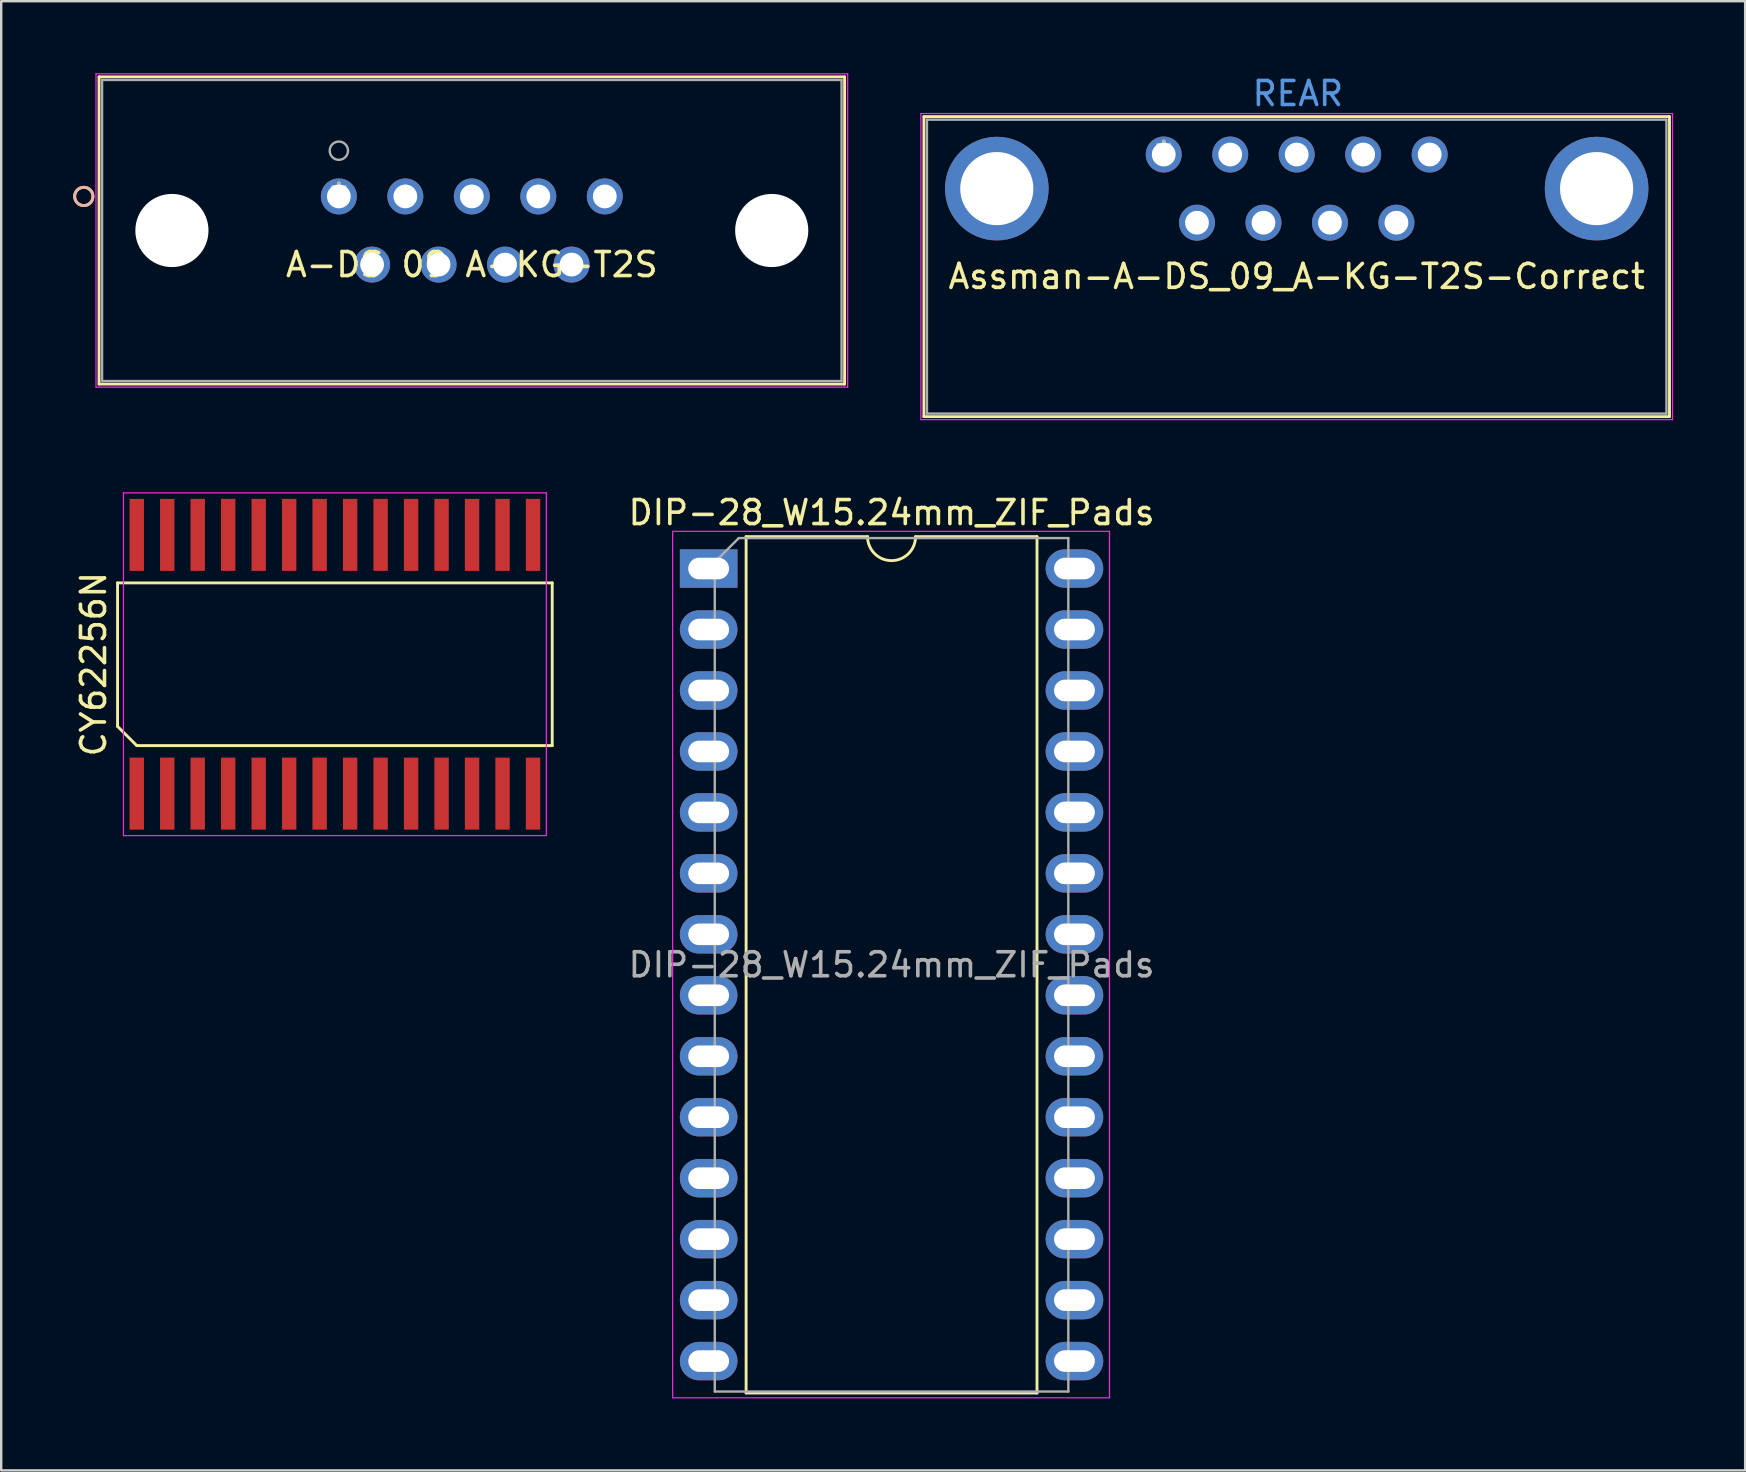
<source format=kicad_pcb>
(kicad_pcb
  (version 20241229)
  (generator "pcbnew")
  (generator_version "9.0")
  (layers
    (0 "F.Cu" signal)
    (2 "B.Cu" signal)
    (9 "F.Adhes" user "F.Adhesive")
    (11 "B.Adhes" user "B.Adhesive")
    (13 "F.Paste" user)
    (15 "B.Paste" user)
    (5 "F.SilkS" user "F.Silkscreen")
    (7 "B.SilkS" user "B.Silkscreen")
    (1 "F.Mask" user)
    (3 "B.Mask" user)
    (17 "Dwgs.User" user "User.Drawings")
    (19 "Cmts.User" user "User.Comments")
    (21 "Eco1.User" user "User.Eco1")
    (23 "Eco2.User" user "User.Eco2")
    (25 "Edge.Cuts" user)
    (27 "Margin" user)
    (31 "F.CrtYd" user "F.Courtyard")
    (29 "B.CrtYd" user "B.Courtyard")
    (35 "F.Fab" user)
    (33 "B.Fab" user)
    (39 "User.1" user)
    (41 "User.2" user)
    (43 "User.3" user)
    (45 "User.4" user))
  (footprint "DIP-28_W15.24mm_ZIF_Pads"
    (layer "F.Cu")
    (at 26.476 20.638)
    (property "Reference" "DIP-28_W15.24mm_ZIF_Pads" (at 7.62 -2.33 0) (layer "F.SilkS") (effects (font (size 1 1) (thickness 0.15))))
    (attr through_hole)
    (fp_line (start 1.56 -1.33) (end 1.56 34.35) (stroke (width 0.12) (type solid)) (layer "F.SilkS"))
    (fp_line (start 1.56 34.35) (end 13.68 34.35) (stroke (width 0.12) (type solid)) (layer "F.SilkS"))
    (fp_line (start 6.62 -1.33) (end 1.56 -1.33) (stroke (width 0.12) (type solid)) (layer "F.SilkS"))
    (fp_line (start 13.68 -1.33) (end 8.62 -1.33) (stroke (width 0.12) (type solid)) (layer "F.SilkS"))
    (fp_line (start 13.68 34.35) (end 13.68 -1.33) (stroke (width 0.12) (type solid)) (layer "F.SilkS"))
    (fp_arc (start 8.62 -1.33) (mid 7.62 -0.33) (end 6.62 -1.33) (stroke (width 0.12) (type solid)) (layer "F.SilkS"))
    (fp_line (start -1.5 -1.55) (end -1.5 34.55) (stroke (width 0.05) (type solid)) (layer "F.CrtYd"))
    (fp_line (start -1.5 34.55) (end 16.7 34.55) (stroke (width 0.05) (type solid)) (layer "F.CrtYd"))
    (fp_line (start 16.7 -1.55) (end -1.5 -1.55) (stroke (width 0.05) (type solid)) (layer "F.CrtYd"))
    (fp_line (start 16.7 34.55) (end 16.7 -1.55) (stroke (width 0.05) (type solid)) (layer "F.CrtYd"))
    (fp_line (start 0.255 -0.27) (end 1.255 -1.27) (stroke (width 0.1) (type solid)) (layer "F.Fab"))
    (fp_line (start 0.255 34.29) (end 0.255 -0.27) (stroke (width 0.1) (type solid)) (layer "F.Fab"))
    (fp_line (start 1.255 -1.27) (end 14.985 -1.27) (stroke (width 0.1) (type solid)) (layer "F.Fab"))
    (fp_line (start 14.985 -1.27) (end 14.985 34.29) (stroke (width 0.1) (type solid)) (layer "F.Fab"))
    (fp_line (start 14.985 34.29) (end 0.255 34.29) (stroke (width 0.1) (type solid)) (layer "F.Fab"))
    (fp_text user "${REFERENCE}" (at 7.62 16.51 0) (layer "F.Fab") (effects (font (size 1 1) (thickness 0.15))))
    (pad "1" thru_hole rect (at 0 0) (size 2.4 1.6) (drill oval 1.7 0.9) (layers "*.Cu" "*.Mask"))
    (pad "2" thru_hole oval (at 0 2.54) (size 2.4 1.6) (drill oval 1.7 0.9) (layers "*.Cu" "*.Mask"))
    (pad "3" thru_hole oval (at 0 5.08) (size 2.4 1.6) (drill oval 1.7 0.9) (layers "*.Cu" "*.Mask"))
    (pad "4" thru_hole oval (at 0 7.62) (size 2.4 1.6) (drill oval 1.7 0.9) (layers "*.Cu" "*.Mask"))
    (pad "5" thru_hole oval (at 0 10.16) (size 2.4 1.6) (drill oval 1.7 0.9) (layers "*.Cu" "*.Mask"))
    (pad "6" thru_hole oval (at 0 12.7) (size 2.4 1.6) (drill oval 1.7 0.9) (layers "*.Cu" "*.Mask"))
    (pad "7" thru_hole oval (at 0 15.24) (size 2.4 1.6) (drill oval 1.7 0.9) (layers "*.Cu" "*.Mask"))
    (pad "8" thru_hole oval (at 0 17.78) (size 2.4 1.6) (drill oval 1.7 0.9) (layers "*.Cu" "*.Mask"))
    (pad "9" thru_hole oval (at 0 20.32) (size 2.4 1.6) (drill oval 1.7 0.9) (layers "*.Cu" "*.Mask"))
    (pad "10" thru_hole oval (at 0 22.86) (size 2.4 1.6) (drill oval 1.7 0.9) (layers "*.Cu" "*.Mask"))
    (pad "11" thru_hole oval (at 0 25.4) (size 2.4 1.6) (drill oval 1.7 0.9) (layers "*.Cu" "*.Mask"))
    (pad "12" thru_hole oval (at 0 27.94) (size 2.4 1.6) (drill oval 1.7 0.9) (layers "*.Cu" "*.Mask"))
    (pad "13" thru_hole oval (at 0 30.48) (size 2.4 1.6) (drill oval 1.7 0.9) (layers "*.Cu" "*.Mask"))
    (pad "14" thru_hole oval (at 0 33.02) (size 2.4 1.6) (drill oval 1.7 0.9) (layers "*.Cu" "*.Mask"))
    (pad "15" thru_hole oval (at 15.24 33.02) (size 2.4 1.6) (drill oval 1.7 0.9) (layers "*.Cu" "*.Mask"))
    (pad "16" thru_hole oval (at 15.24 30.48) (size 2.4 1.6) (drill oval 1.7 0.9) (layers "*.Cu" "*.Mask"))
    (pad "17" thru_hole oval (at 15.24 27.94) (size 2.4 1.6) (drill oval 1.7 0.9) (layers "*.Cu" "*.Mask"))
    (pad "18" thru_hole oval (at 15.24 25.4) (size 2.4 1.6) (drill oval 1.7 0.9) (layers "*.Cu" "*.Mask"))
    (pad "19" thru_hole oval (at 15.24 22.86) (size 2.4 1.6) (drill oval 1.7 0.9) (layers "*.Cu" "*.Mask"))
    (pad "20" thru_hole oval (at 15.24 20.32) (size 2.4 1.6) (drill oval 1.7 0.9) (layers "*.Cu" "*.Mask"))
    (pad "21" thru_hole oval (at 15.24 17.78) (size 2.4 1.6) (drill oval 1.7 0.9) (layers "*.Cu" "*.Mask"))
    (pad "22" thru_hole oval (at 15.24 15.24) (size 2.4 1.6) (drill oval 1.7 0.9) (layers "*.Cu" "*.Mask"))
    (pad "23" thru_hole oval (at 15.24 12.7) (size 2.4 1.6) (drill oval 1.7 0.9) (layers "*.Cu" "*.Mask"))
    (pad "24" thru_hole oval (at 15.24 10.16) (size 2.4 1.6) (drill oval 1.7 0.9) (layers "*.Cu" "*.Mask"))
    (pad "25" thru_hole oval (at 15.24 7.62) (size 2.4 1.6) (drill oval 1.7 0.9) (layers "*.Cu" "*.Mask"))
    (pad "26" thru_hole oval (at 15.24 5.08) (size 2.4 1.6) (drill oval 1.7 0.9) (layers "*.Cu" "*.Mask"))
    (pad "27" thru_hole oval (at 15.24 2.54) (size 2.4 1.6) (drill oval 1.7 0.9) (layers "*.Cu" "*.Mask"))
    (pad "28" thru_hole oval (at 15.24 0) (size 2.4 1.6) (drill oval 1.7 0.9) (layers "*.Cu" "*.Mask")))
  (footprint "Assman-A-DS_09_A-KG-T2S-Correct"
    (layer "F.Cu")
    (at 45.436 3.388)
    (property "Reference" "Assman-A-DS_09_A-KG-T2S-Correct" (at 5.54 5.08 0) (layer "F.SilkS") (effects (font (size 1 1) (thickness 0.15))))
    (attr through_hole)
    (fp_line (start -9.992 -1.58) (end -9.992 10.92) (stroke (width 0.12) (type solid)) (layer "F.SilkS"))
    (fp_line (start -9.992 10.92) (end 21.072 10.92) (stroke (width 0.12) (type solid)) (layer "F.SilkS"))
    (fp_line (start 21.072 -1.58) (end -9.992 -1.58) (stroke (width 0.12) (type solid)) (layer "F.SilkS"))
    (fp_line (start 21.072 10.92) (end 21.072 -1.58) (stroke (width 0.12) (type solid)) (layer "F.SilkS"))
    (fp_line (start -10.119 -1.707) (end -10.119 11.047) (stroke (width 0.05) (type solid)) (layer "F.CrtYd"))
    (fp_line (start -10.119 11.047) (end 21.199 11.047) (stroke (width 0.05) (type solid)) (layer "F.CrtYd"))
    (fp_line (start 21.199 -1.707) (end -10.119 -1.707) (stroke (width 0.05) (type solid)) (layer "F.CrtYd"))
    (fp_line (start 21.199 11.047) (end 21.199 -1.707) (stroke (width 0.05) (type solid)) (layer "F.CrtYd"))
    (fp_line (start -9.865 -1.453) (end -9.865 10.793) (stroke (width 0.1) (type solid)) (layer "F.Fab"))
    (fp_line (start -9.865 10.793) (end 20.945 10.793) (stroke (width 0.1) (type solid)) (layer "F.Fab"))
    (fp_line (start 20.945 -1.453) (end -9.865 -1.453) (stroke (width 0.1) (type solid)) (layer "F.Fab"))
    (fp_line (start 20.945 10.793) (end 20.945 -1.453) (stroke (width 0.1) (type solid)) (layer "F.Fab"))
    (fp_circle (center 0 0) (end 0.381 0) (stroke (width 0.1) (type solid)) (fill no) (layer "F.Fab"))
    (fp_text user "*" (at 0 0 0) (layer "F.SilkS") (effects (font (size 1 1) (thickness 0.15))))
    (fp_text user "REAR" (at 5.588 -2.54 0) (unlocked yes) (layer "Cmts.User") (effects (font (size 1 1) (thickness 0.15))))
    (fp_text user "*" (at 0 0 0) (layer "F.Fab") (effects (font (size 1 1) (thickness 0.15))))
    (pad "" np_thru_hole circle (at -6.955 1.42) (size 4.318 4.318) (drill 3.048) (layers "*.Cu" "*.Mask"))
    (pad "" np_thru_hole circle (at 18.035 1.42) (size 4.318 4.318) (drill 3.048) (layers "*.Cu" "*.Mask"))
    (pad "1" thru_hole circle (at 0 0) (size 1.499 1.499) (drill 0.991) (layers "*.Cu" "*.Mask"))
    (pad "2" thru_hole circle (at 2.77 0) (size 1.499 1.499) (drill 0.991) (layers "*.Cu" "*.Mask"))
    (pad "3" thru_hole circle (at 5.54 0) (size 1.499 1.499) (drill 0.991) (layers "*.Cu" "*.Mask"))
    (pad "4" thru_hole circle (at 8.31 0) (size 1.499 1.499) (drill 0.991) (layers "*.Cu" "*.Mask"))
    (pad "5" thru_hole circle (at 11.08 0) (size 1.499 1.499) (drill 0.991) (layers "*.Cu" "*.Mask"))
    (pad "6" thru_hole circle (at 1.385 2.84) (size 1.499 1.499) (drill 0.991) (layers "*.Cu" "*.Mask"))
    (pad "7" thru_hole circle (at 4.155 2.84) (size 1.499 1.499) (drill 0.991) (layers "*.Cu" "*.Mask"))
    (pad "8" thru_hole circle (at 6.925 2.84) (size 1.499 1.499) (drill 0.991) (layers "*.Cu" "*.Mask"))
    (pad "9" thru_hole circle (at 9.695 2.84) (size 1.499 1.499) (drill 0.991) (layers "*.Cu" "*.Mask")))
  (footprint "A-DS 09 A-KG-T2S"
    (layer "F.Cu")
    (at 11.068 5.134)
    (property "Reference" "A-DS 09 A-KG-T2S" (at 5.54 2.84 0) (layer "F.SilkS") (effects (font (size 1 1) (thickness 0.15))))
    (attr through_hole)
    (fp_line (start -9.992 -4.982) (end -9.992 7.82) (stroke (width 0.12) (type solid)) (layer "F.SilkS"))
    (fp_line (start -9.992 7.82) (end 21.072 7.82) (stroke (width 0.12) (type solid)) (layer "F.SilkS"))
    (fp_line (start 21.072 -4.982) (end -9.992 -4.982) (stroke (width 0.12) (type solid)) (layer "F.SilkS"))
    (fp_line (start 21.072 7.82) (end 21.072 -4.982) (stroke (width 0.12) (type solid)) (layer "F.SilkS"))
    (fp_circle (center -10.627 0) (end -10.246 0) (stroke (width 0.12) (type solid)) (fill no) (layer "F.SilkS"))
    (fp_circle (center -10.627 0) (end -10.246 0) (stroke (width 0.12) (type solid)) (fill no) (layer "B.SilkS"))
    (fp_line (start -10.119 -5.109) (end -10.119 7.947) (stroke (width 0.05) (type solid)) (layer "F.CrtYd"))
    (fp_line (start -10.119 7.947) (end 21.199 7.947) (stroke (width 0.05) (type solid)) (layer "F.CrtYd"))
    (fp_line (start 21.199 -5.109) (end -10.119 -5.109) (stroke (width 0.05) (type solid)) (layer "F.CrtYd"))
    (fp_line (start 21.199 7.947) (end 21.199 -5.109) (stroke (width 0.05) (type solid)) (layer "F.CrtYd"))
    (fp_line (start -9.865 -4.855) (end -9.865 7.693) (stroke (width 0.1) (type solid)) (layer "F.Fab"))
    (fp_line (start -9.865 7.693) (end 20.945 7.693) (stroke (width 0.1) (type solid)) (layer "F.Fab"))
    (fp_line (start 20.945 -4.855) (end -9.865 -4.855) (stroke (width 0.1) (type solid)) (layer "F.Fab"))
    (fp_line (start 20.945 7.693) (end 20.945 -4.855) (stroke (width 0.1) (type solid)) (layer "F.Fab"))
    (fp_circle (center 0 -1.905) (end 0.381 -1.905) (stroke (width 0.1) (type solid)) (fill no) (layer "F.Fab"))
    (fp_text user "*" (at 0 0 0) (layer "F.SilkS") (effects (font (size 1 1) (thickness 0.15))))
    (fp_text user "Copyright 2021 Accelerated Designs. All rights reserved." (at 0 0 0) (layer "Cmts.User") (effects (font (size 0.127 0.127) (thickness 0.002))))
    (fp_text user "*" (at 0 0 0) (layer "F.Fab") (effects (font (size 1 1) (thickness 0.15))))
    (pad "" np_thru_hole circle (at -6.955 1.42) (size 3.048 3.048) (drill 3.048) (layers "*.Cu" "*.Mask"))
    (pad "" np_thru_hole circle (at 18.035 1.42) (size 3.048 3.048) (drill 3.048) (layers "*.Cu" "*.Mask"))
    (pad "1" thru_hole circle (at 0 0) (size 1.499 1.499) (drill 0.991) (layers "*.Cu" "*.Mask"))
    (pad "2" thru_hole circle (at 2.77 0) (size 1.499 1.499) (drill 0.991) (layers "*.Cu" "*.Mask"))
    (pad "3" thru_hole circle (at 5.54 0) (size 1.499 1.499) (drill 0.991) (layers "*.Cu" "*.Mask"))
    (pad "4" thru_hole circle (at 8.31 0) (size 1.499 1.499) (drill 0.991) (layers "*.Cu" "*.Mask"))
    (pad "5" thru_hole circle (at 11.08 0) (size 1.499 1.499) (drill 0.991) (layers "*.Cu" "*.Mask"))
    (pad "6" thru_hole circle (at 1.385 2.84) (size 1.499 1.499) (drill 0.991) (layers "*.Cu" "*.Mask"))
    (pad "7" thru_hole circle (at 4.155 2.84) (size 1.499 1.499) (drill 0.991) (layers "*.Cu" "*.Mask"))
    (pad "8" thru_hole circle (at 6.925 2.84) (size 1.499 1.499) (drill 0.991) (layers "*.Cu" "*.Mask"))
    (pad "9" thru_hole circle (at 9.695 2.84) (size 1.499 1.499) (drill 0.991) (layers "*.Cu" "*.Mask")))
  (footprint "CY62256N"
    (layer "F.Cu")
    (at 10.903 24.625)
    (property "Reference" "CY62256N" (at -10.055 0 90) (layer "F.SilkS") (effects (font (size 1 1) (thickness 0.15))))
    (attr smd)
    (fp_line (start -9.055 -3.39) (end 9.055 -3.39) (stroke (width 0.12) (type solid)) (layer "F.SilkS"))
    (fp_line (start -9.055 2.59) (end -9.055 -3.39) (stroke (width 0.12) (type solid)) (layer "F.SilkS"))
    (fp_line (start -8.255 3.39) (end -9.055 2.59) (stroke (width 0.12) (type solid)) (layer "F.SilkS"))
    (fp_line (start 9.055 -3.39) (end 9.055 3.39) (stroke (width 0.12) (type solid)) (layer "F.SilkS"))
    (fp_line (start 9.055 3.39) (end -8.255 3.39) (stroke (width 0.12) (type solid)) (layer "F.SilkS"))
    (fp_line (start -8.81 -7.14) (end 8.81 -7.14) (stroke (width 0.05) (type solid)) (layer "F.CrtYd"))
    (fp_line (start -8.81 7.14) (end -8.81 -7.14) (stroke (width 0.05) (type solid)) (layer "F.CrtYd"))
    (fp_line (start 8.81 -7.14) (end 8.81 7.14) (stroke (width 0.05) (type solid)) (layer "F.CrtYd"))
    (fp_line (start 8.81 7.14) (end -8.81 7.14) (stroke (width 0.05) (type solid)) (layer "F.CrtYd"))
    (pad "1" smd rect (at -8.255 5.39) (size 0.6 3) (layers "F.Cu" "F.Mask" "F.Paste"))
    (pad "2" smd rect (at -6.985 5.39) (size 0.6 3) (layers "F.Cu" "F.Mask" "F.Paste"))
    (pad "3" smd rect (at -5.715 5.39) (size 0.6 3) (layers "F.Cu" "F.Mask" "F.Paste"))
    (pad "4" smd rect (at -4.445 5.39) (size 0.6 3) (layers "F.Cu" "F.Mask" "F.Paste"))
    (pad "5" smd rect (at -3.175 5.39) (size 0.6 3) (layers "F.Cu" "F.Mask" "F.Paste"))
    (pad "6" smd rect (at -1.905 5.39) (size 0.6 3) (layers "F.Cu" "F.Mask" "F.Paste"))
    (pad "7" smd rect (at -0.635 5.39) (size 0.6 3) (layers "F.Cu" "F.Mask" "F.Paste"))
    (pad "8" smd rect (at 0.635 5.39) (size 0.6 3) (layers "F.Cu" "F.Mask" "F.Paste"))
    (pad "9" smd rect (at 1.905 5.39) (size 0.6 3) (layers "F.Cu" "F.Mask" "F.Paste"))
    (pad "10" smd rect (at 3.175 5.39) (size 0.6 3) (layers "F.Cu" "F.Mask" "F.Paste"))
    (pad "11" smd rect (at 4.445 5.39) (size 0.6 3) (layers "F.Cu" "F.Mask" "F.Paste"))
    (pad "12" smd rect (at 5.715 5.39) (size 0.6 3) (layers "F.Cu" "F.Mask" "F.Paste"))
    (pad "13" smd rect (at 6.985 5.39) (size 0.6 3) (layers "F.Cu" "F.Mask" "F.Paste"))
    (pad "14" smd rect (at 8.255 5.39) (size 0.6 3) (layers "F.Cu" "F.Mask" "F.Paste"))
    (pad "15" smd rect (at 8.255 -5.39) (size 0.6 3) (layers "F.Cu" "F.Mask" "F.Paste"))
    (pad "16" smd rect (at 6.985 -5.39) (size 0.6 3) (layers "F.Cu" "F.Mask" "F.Paste"))
    (pad "17" smd rect (at 5.715 -5.39) (size 0.6 3) (layers "F.Cu" "F.Mask" "F.Paste"))
    (pad "18" smd rect (at 4.445 -5.39) (size 0.6 3) (layers "F.Cu" "F.Mask" "F.Paste"))
    (pad "19" smd rect (at 3.175 -5.39) (size 0.6 3) (layers "F.Cu" "F.Mask" "F.Paste"))
    (pad "20" smd rect (at 1.905 -5.39) (size 0.6 3) (layers "F.Cu" "F.Mask" "F.Paste"))
    (pad "21" smd rect (at 0.635 -5.39) (size 0.6 3) (layers "F.Cu" "F.Mask" "F.Paste"))
    (pad "22" smd rect (at -0.635 -5.39) (size 0.6 3) (layers "F.Cu" "F.Mask" "F.Paste"))
    (pad "23" smd rect (at -1.905 -5.39) (size 0.6 3) (layers "F.Cu" "F.Mask" "F.Paste"))
    (pad "24" smd rect (at -3.175 -5.39) (size 0.6 3) (layers "F.Cu" "F.Mask" "F.Paste"))
    (pad "25" smd rect (at -4.445 -5.39) (size 0.6 3) (layers "F.Cu" "F.Mask" "F.Paste"))
    (pad "26" smd rect (at -5.715 -5.39) (size 0.6 3) (layers "F.Cu" "F.Mask" "F.Paste"))
    (pad "27" smd rect (at -6.985 -5.39) (size 0.6 3) (layers "F.Cu" "F.Mask" "F.Paste"))
    (pad "28" smd rect (at -8.255 -5.39) (size 0.6 3) (layers "F.Cu" "F.Mask" "F.Paste")))
  (gr_rect
    (start -3 -3)
    (end 69.66 58.213)
    (stroke (width 0.1) (type default))
    (fill no)
    (layer "Edge.Cuts")))
</source>
